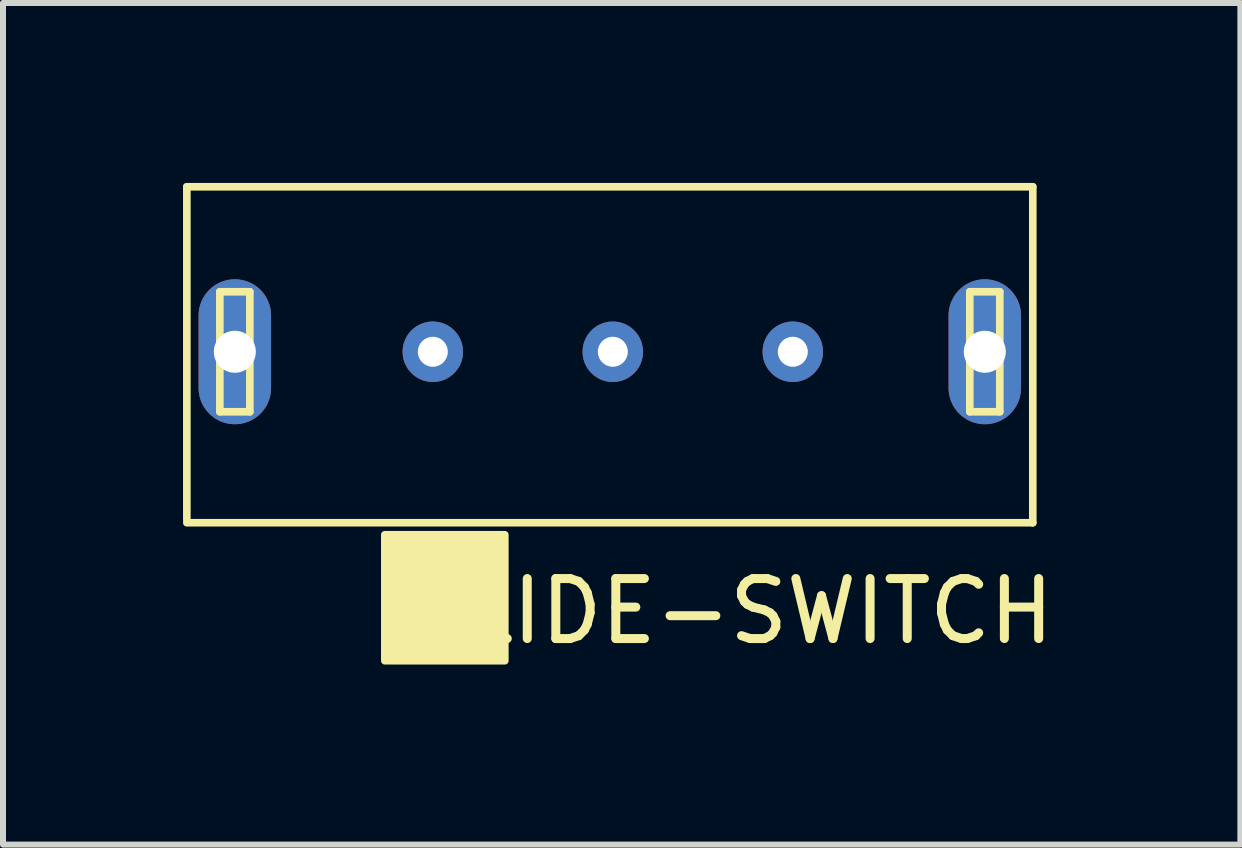
<source format=kicad_pcb>
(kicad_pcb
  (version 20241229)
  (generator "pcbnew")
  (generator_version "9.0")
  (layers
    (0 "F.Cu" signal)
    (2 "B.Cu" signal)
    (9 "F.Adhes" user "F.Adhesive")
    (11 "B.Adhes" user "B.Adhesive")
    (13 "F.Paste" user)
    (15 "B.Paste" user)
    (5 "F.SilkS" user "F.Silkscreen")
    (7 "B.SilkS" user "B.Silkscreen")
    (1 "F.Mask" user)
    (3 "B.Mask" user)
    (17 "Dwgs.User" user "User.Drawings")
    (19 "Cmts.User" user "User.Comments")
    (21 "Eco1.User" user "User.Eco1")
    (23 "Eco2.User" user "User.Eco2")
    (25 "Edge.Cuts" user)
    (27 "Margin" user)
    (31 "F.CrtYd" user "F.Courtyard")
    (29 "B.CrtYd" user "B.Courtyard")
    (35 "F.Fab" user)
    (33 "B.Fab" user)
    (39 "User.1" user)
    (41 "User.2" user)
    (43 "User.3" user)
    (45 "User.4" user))
  (footprint "SLIDE-SWITCH"
    (layer "F.Cu")
    (at 0.864 3.963)
    (property "Reference" "SLIDE-SWITCH" (at 8.255 3.175 0) (layer "F.SilkS") (effects (font (size 1 1) (thickness 0.15))))
    (attr through_hole)
    (fp_line (start -0.8 -3.9) (end -0.8 1.65) (stroke (width 0.127) (type solid)) (layer "F.SilkS"))
    (fp_line (start -0.8 -3.9) (end 13.3 -3.9) (stroke (width 0.127) (type solid)) (layer "F.SilkS"))
    (fp_line (start -0.8 1.7) (end 13.3 1.7) (stroke (width 0.127) (type solid)) (layer "F.SilkS"))
    (fp_line (start -0.25 -2.15) (end 0.25 -2.15) (stroke (width 0.127) (type solid)) (layer "F.SilkS"))
    (fp_line (start -0.25 -0.15) (end -0.25 -2.15) (stroke (width 0.127) (type solid)) (layer "F.SilkS"))
    (fp_line (start 0.25 -0.15) (end -0.25 -0.15) (stroke (width 0.127) (type solid)) (layer "F.SilkS"))
    (fp_line (start 0.25 -0.15) (end 0.25 -2.15) (stroke (width 0.127) (type solid)) (layer "F.SilkS"))
    (fp_line (start 12.25 -2.15) (end 12.25 -0.15) (stroke (width 0.127) (type solid)) (layer "F.SilkS"))
    (fp_line (start 12.75 -2.15) (end 12.25 -2.15) (stroke (width 0.127) (type solid)) (layer "F.SilkS"))
    (fp_line (start 12.75 -0.15) (end 12.25 -0.15) (stroke (width 0.127) (type solid)) (layer "F.SilkS"))
    (fp_line (start 12.75 -0.15) (end 12.75 -2.15) (stroke (width 0.127) (type solid)) (layer "F.SilkS"))
    (fp_line (start 13.3 1.7) (end 13.3 -3.9) (stroke (width 0.127) (type solid)) (layer "F.SilkS"))
    (fp_poly (pts (xy 2.5 1.9) (xy 2.5 4) (xy 4.5 4) (xy 4.5 1.9)) (stroke (width 0.127) (type solid)) (fill yes) (layer "F.SilkS"))
    (pad "1" thru_hole circle (at 3.3 -1.15) (size 1.008 1.008) (drill 0.5) (layers "*.Cu" "*.Mask"))
    (pad "2" thru_hole circle (at 6.3 -1.15) (size 1.008 1.008) (drill 0.5) (layers "*.Cu" "*.Mask"))
    (pad "3" thru_hole circle (at 9.3 -1.15) (size 1.008 1.008) (drill 0.5) (layers "*.Cu" "*.Mask"))
    (pad "4" thru_hole oval (at 0 -1.15) (size 1.208 2.416) (drill 0.7) (layers "*.Cu" "*.Mask"))
    (pad "5" thru_hole oval (at 12.5 -1.15) (size 1.208 2.416) (drill 0.7) (layers "*.Cu" "*.Mask")))
  (gr_rect
    (start -3 -3)
    (end 17.624 11.027)
    (stroke (width 0.1) (type default))
    (fill no)
    (layer "Edge.Cuts")))
</source>
